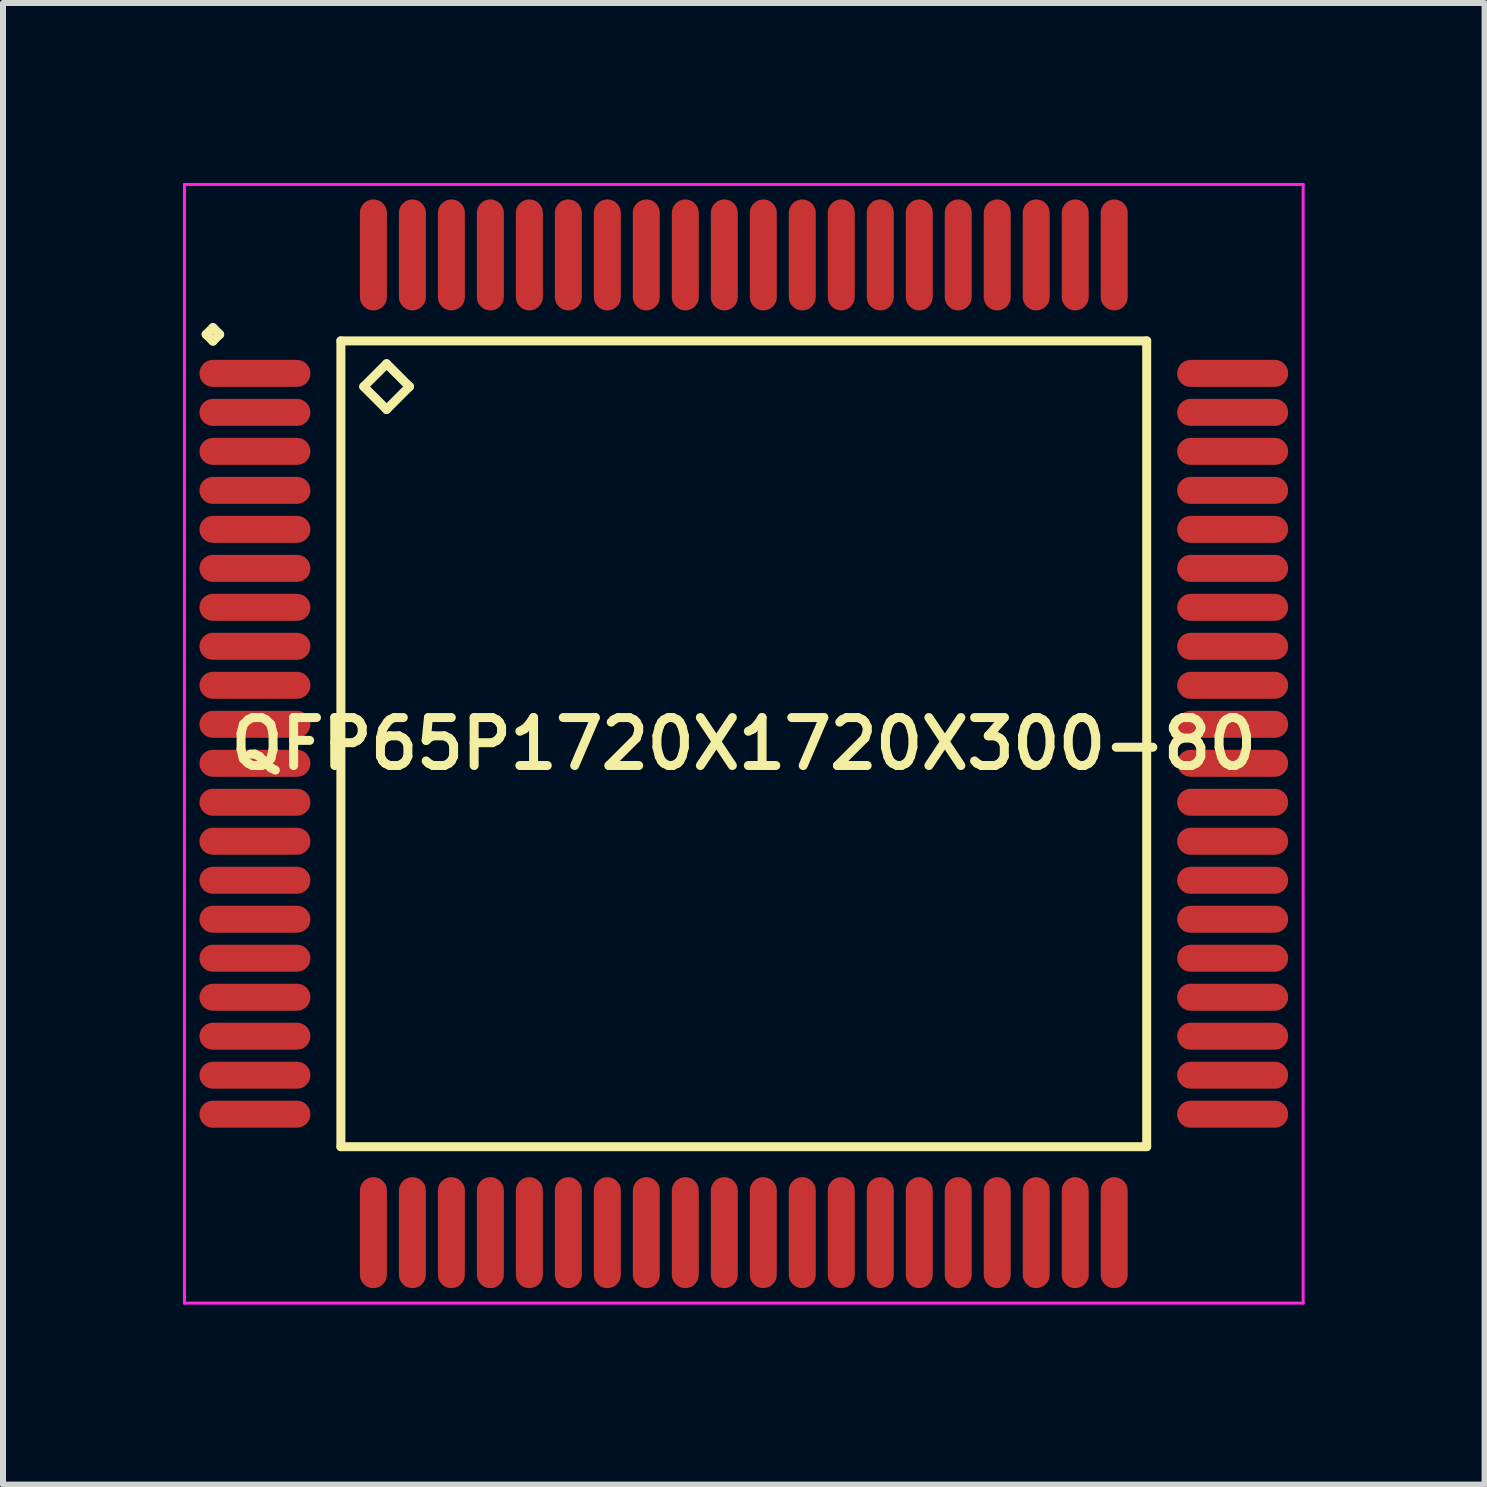
<source format=kicad_pcb>
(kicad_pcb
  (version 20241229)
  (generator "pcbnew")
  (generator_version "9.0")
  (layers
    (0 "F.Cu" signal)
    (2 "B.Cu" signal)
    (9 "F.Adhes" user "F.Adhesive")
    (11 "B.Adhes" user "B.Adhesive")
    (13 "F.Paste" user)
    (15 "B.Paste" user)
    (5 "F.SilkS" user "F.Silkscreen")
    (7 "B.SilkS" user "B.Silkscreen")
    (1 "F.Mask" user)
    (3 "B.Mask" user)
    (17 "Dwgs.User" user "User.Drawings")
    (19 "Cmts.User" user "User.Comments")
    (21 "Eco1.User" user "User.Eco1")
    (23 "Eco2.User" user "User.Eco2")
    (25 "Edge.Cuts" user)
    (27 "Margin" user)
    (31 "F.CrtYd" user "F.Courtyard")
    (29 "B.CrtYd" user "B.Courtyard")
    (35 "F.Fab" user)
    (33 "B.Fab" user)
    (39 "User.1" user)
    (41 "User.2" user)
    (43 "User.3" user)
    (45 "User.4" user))
  (footprint "QFP65P1720X1720X300-80"
    (layer "F.Cu")
    (at 9.35 9.35)
    (property "Reference" "QFP65P1720X1720X300-80" (at 0 0 0) (layer "F.SilkS") (effects (font (size 0.8 0.8) (thickness 0.15))))
    (attr smd)
    (fp_line (start -8.963 -6.825) (end -8.85 -6.938) (stroke (width 0.15) (type solid)) (layer "F.SilkS"))
    (fp_line (start -8.85 -6.938) (end -8.738 -6.825) (stroke (width 0.15) (type solid)) (layer "F.SilkS"))
    (fp_line (start -8.85 -6.713) (end -8.963 -6.825) (stroke (width 0.15) (type solid)) (layer "F.SilkS"))
    (fp_line (start -8.738 -6.825) (end -8.85 -6.713) (stroke (width 0.15) (type solid)) (layer "F.SilkS"))
    (fp_line (start -6.717 -6.717) (end -6.717 6.717) (stroke (width 0.15) (type solid)) (layer "F.SilkS"))
    (fp_line (start -6.717 6.717) (end 6.717 6.717) (stroke (width 0.15) (type solid)) (layer "F.SilkS"))
    (fp_line (start -6.336 -5.955) (end -5.955 -6.336) (stroke (width 0.15) (type solid)) (layer "F.SilkS"))
    (fp_line (start -5.955 -6.336) (end -5.574 -5.955) (stroke (width 0.15) (type solid)) (layer "F.SilkS"))
    (fp_line (start -5.955 -5.574) (end -6.336 -5.955) (stroke (width 0.15) (type solid)) (layer "F.SilkS"))
    (fp_line (start -5.574 -5.955) (end -5.955 -5.574) (stroke (width 0.15) (type solid)) (layer "F.SilkS"))
    (fp_line (start 6.717 -6.717) (end -6.717 -6.717) (stroke (width 0.15) (type solid)) (layer "F.SilkS"))
    (fp_line (start 6.717 6.717) (end 6.717 -6.717) (stroke (width 0.15) (type solid)) (layer "F.SilkS"))
    (fp_line (start -9.325 -9.325) (end 9.325 -9.325) (stroke (width 0.05) (type solid)) (layer "F.CrtYd"))
    (fp_line (start -9.325 9.325) (end -9.325 -9.325) (stroke (width 0.05) (type solid)) (layer "F.CrtYd"))
    (fp_line (start 9.325 -9.325) (end 9.325 9.325) (stroke (width 0.05) (type solid)) (layer "F.CrtYd"))
    (fp_line (start 9.325 9.325) (end -9.325 9.325) (stroke (width 0.05) (type solid)) (layer "F.CrtYd"))
    (pad "1" smd oval (at -8.15 -6.175) (size 1.85 0.45) (layers "F.Cu" "F.Mask" "F.Paste"))
    (pad "2" smd oval (at -8.15 -5.525) (size 1.85 0.45) (layers "F.Cu" "F.Mask" "F.Paste"))
    (pad "3" smd oval (at -8.15 -4.875) (size 1.85 0.45) (layers "F.Cu" "F.Mask" "F.Paste"))
    (pad "4" smd oval (at -8.15 -4.225) (size 1.85 0.45) (layers "F.Cu" "F.Mask" "F.Paste"))
    (pad "5" smd oval (at -8.15 -3.575) (size 1.85 0.45) (layers "F.Cu" "F.Mask" "F.Paste"))
    (pad "6" smd oval (at -8.15 -2.925) (size 1.85 0.45) (layers "F.Cu" "F.Mask" "F.Paste"))
    (pad "7" smd oval (at -8.15 -2.275) (size 1.85 0.45) (layers "F.Cu" "F.Mask" "F.Paste"))
    (pad "8" smd oval (at -8.15 -1.625) (size 1.85 0.45) (layers "F.Cu" "F.Mask" "F.Paste"))
    (pad "9" smd oval (at -8.15 -0.975) (size 1.85 0.45) (layers "F.Cu" "F.Mask" "F.Paste"))
    (pad "10" smd oval (at -8.15 -0.325) (size 1.85 0.45) (layers "F.Cu" "F.Mask" "F.Paste"))
    (pad "11" smd oval (at -8.15 0.325) (size 1.85 0.45) (layers "F.Cu" "F.Mask" "F.Paste"))
    (pad "12" smd oval (at -8.15 0.975) (size 1.85 0.45) (layers "F.Cu" "F.Mask" "F.Paste"))
    (pad "13" smd oval (at -8.15 1.625) (size 1.85 0.45) (layers "F.Cu" "F.Mask" "F.Paste"))
    (pad "14" smd oval (at -8.15 2.275) (size 1.85 0.45) (layers "F.Cu" "F.Mask" "F.Paste"))
    (pad "15" smd oval (at -8.15 2.925) (size 1.85 0.45) (layers "F.Cu" "F.Mask" "F.Paste"))
    (pad "16" smd oval (at -8.15 3.575) (size 1.85 0.45) (layers "F.Cu" "F.Mask" "F.Paste"))
    (pad "17" smd oval (at -8.15 4.225) (size 1.85 0.45) (layers "F.Cu" "F.Mask" "F.Paste"))
    (pad "18" smd oval (at -8.15 4.875) (size 1.85 0.45) (layers "F.Cu" "F.Mask" "F.Paste"))
    (pad "19" smd oval (at -8.15 5.525) (size 1.85 0.45) (layers "F.Cu" "F.Mask" "F.Paste"))
    (pad "20" smd oval (at -8.15 6.175) (size 1.85 0.45) (layers "F.Cu" "F.Mask" "F.Paste"))
    (pad "21" smd oval (at -6.175 8.15) (size 0.45 1.85) (layers "F.Cu" "F.Mask" "F.Paste"))
    (pad "22" smd oval (at -5.525 8.15) (size 0.45 1.85) (layers "F.Cu" "F.Mask" "F.Paste"))
    (pad "23" smd oval (at -4.875 8.15) (size 0.45 1.85) (layers "F.Cu" "F.Mask" "F.Paste"))
    (pad "24" smd oval (at -4.225 8.15) (size 0.45 1.85) (layers "F.Cu" "F.Mask" "F.Paste"))
    (pad "25" smd oval (at -3.575 8.15) (size 0.45 1.85) (layers "F.Cu" "F.Mask" "F.Paste"))
    (pad "26" smd oval (at -2.925 8.15) (size 0.45 1.85) (layers "F.Cu" "F.Mask" "F.Paste"))
    (pad "27" smd oval (at -2.275 8.15) (size 0.45 1.85) (layers "F.Cu" "F.Mask" "F.Paste"))
    (pad "28" smd oval (at -1.625 8.15) (size 0.45 1.85) (layers "F.Cu" "F.Mask" "F.Paste"))
    (pad "29" smd oval (at -0.975 8.15) (size 0.45 1.85) (layers "F.Cu" "F.Mask" "F.Paste"))
    (pad "30" smd oval (at -0.325 8.15) (size 0.45 1.85) (layers "F.Cu" "F.Mask" "F.Paste"))
    (pad "31" smd oval (at 0.325 8.15) (size 0.45 1.85) (layers "F.Cu" "F.Mask" "F.Paste"))
    (pad "32" smd oval (at 0.975 8.15) (size 0.45 1.85) (layers "F.Cu" "F.Mask" "F.Paste"))
    (pad "33" smd oval (at 1.625 8.15) (size 0.45 1.85) (layers "F.Cu" "F.Mask" "F.Paste"))
    (pad "34" smd oval (at 2.275 8.15) (size 0.45 1.85) (layers "F.Cu" "F.Mask" "F.Paste"))
    (pad "35" smd oval (at 2.925 8.15) (size 0.45 1.85) (layers "F.Cu" "F.Mask" "F.Paste"))
    (pad "36" smd oval (at 3.575 8.15) (size 0.45 1.85) (layers "F.Cu" "F.Mask" "F.Paste"))
    (pad "37" smd oval (at 4.225 8.15) (size 0.45 1.85) (layers "F.Cu" "F.Mask" "F.Paste"))
    (pad "38" smd oval (at 4.875 8.15) (size 0.45 1.85) (layers "F.Cu" "F.Mask" "F.Paste"))
    (pad "39" smd oval (at 5.525 8.15) (size 0.45 1.85) (layers "F.Cu" "F.Mask" "F.Paste"))
    (pad "40" smd oval (at 6.175 8.15) (size 0.45 1.85) (layers "F.Cu" "F.Mask" "F.Paste"))
    (pad "41" smd oval (at 8.15 6.175) (size 1.85 0.45) (layers "F.Cu" "F.Mask" "F.Paste"))
    (pad "42" smd oval (at 8.15 5.525) (size 1.85 0.45) (layers "F.Cu" "F.Mask" "F.Paste"))
    (pad "43" smd oval (at 8.15 4.875) (size 1.85 0.45) (layers "F.Cu" "F.Mask" "F.Paste"))
    (pad "44" smd oval (at 8.15 4.225) (size 1.85 0.45) (layers "F.Cu" "F.Mask" "F.Paste"))
    (pad "45" smd oval (at 8.15 3.575) (size 1.85 0.45) (layers "F.Cu" "F.Mask" "F.Paste"))
    (pad "46" smd oval (at 8.15 2.925) (size 1.85 0.45) (layers "F.Cu" "F.Mask" "F.Paste"))
    (pad "47" smd oval (at 8.15 2.275) (size 1.85 0.45) (layers "F.Cu" "F.Mask" "F.Paste"))
    (pad "48" smd oval (at 8.15 1.625) (size 1.85 0.45) (layers "F.Cu" "F.Mask" "F.Paste"))
    (pad "49" smd oval (at 8.15 0.975) (size 1.85 0.45) (layers "F.Cu" "F.Mask" "F.Paste"))
    (pad "50" smd oval (at 8.15 0.325) (size 1.85 0.45) (layers "F.Cu" "F.Mask" "F.Paste"))
    (pad "51" smd oval (at 8.15 -0.325) (size 1.85 0.45) (layers "F.Cu" "F.Mask" "F.Paste"))
    (pad "52" smd oval (at 8.15 -0.975) (size 1.85 0.45) (layers "F.Cu" "F.Mask" "F.Paste"))
    (pad "53" smd oval (at 8.15 -1.625) (size 1.85 0.45) (layers "F.Cu" "F.Mask" "F.Paste"))
    (pad "54" smd oval (at 8.15 -2.275) (size 1.85 0.45) (layers "F.Cu" "F.Mask" "F.Paste"))
    (pad "55" smd oval (at 8.15 -2.925) (size 1.85 0.45) (layers "F.Cu" "F.Mask" "F.Paste"))
    (pad "56" smd oval (at 8.15 -3.575) (size 1.85 0.45) (layers "F.Cu" "F.Mask" "F.Paste"))
    (pad "57" smd oval (at 8.15 -4.225) (size 1.85 0.45) (layers "F.Cu" "F.Mask" "F.Paste"))
    (pad "58" smd oval (at 8.15 -4.875) (size 1.85 0.45) (layers "F.Cu" "F.Mask" "F.Paste"))
    (pad "59" smd oval (at 8.15 -5.525) (size 1.85 0.45) (layers "F.Cu" "F.Mask" "F.Paste"))
    (pad "60" smd oval (at 8.15 -6.175) (size 1.85 0.45) (layers "F.Cu" "F.Mask" "F.Paste"))
    (pad "61" smd oval (at 6.175 -8.15) (size 0.45 1.85) (layers "F.Cu" "F.Mask" "F.Paste"))
    (pad "62" smd oval (at 5.525 -8.15) (size 0.45 1.85) (layers "F.Cu" "F.Mask" "F.Paste"))
    (pad "63" smd oval (at 4.875 -8.15) (size 0.45 1.85) (layers "F.Cu" "F.Mask" "F.Paste"))
    (pad "64" smd oval (at 4.225 -8.15) (size 0.45 1.85) (layers "F.Cu" "F.Mask" "F.Paste"))
    (pad "65" smd oval (at 3.575 -8.15) (size 0.45 1.85) (layers "F.Cu" "F.Mask" "F.Paste"))
    (pad "66" smd oval (at 2.925 -8.15) (size 0.45 1.85) (layers "F.Cu" "F.Mask" "F.Paste"))
    (pad "67" smd oval (at 2.275 -8.15) (size 0.45 1.85) (layers "F.Cu" "F.Mask" "F.Paste"))
    (pad "68" smd oval (at 1.625 -8.15) (size 0.45 1.85) (layers "F.Cu" "F.Mask" "F.Paste"))
    (pad "69" smd oval (at 0.975 -8.15) (size 0.45 1.85) (layers "F.Cu" "F.Mask" "F.Paste"))
    (pad "70" smd oval (at 0.325 -8.15) (size 0.45 1.85) (layers "F.Cu" "F.Mask" "F.Paste"))
    (pad "71" smd oval (at -0.325 -8.15) (size 0.45 1.85) (layers "F.Cu" "F.Mask" "F.Paste"))
    (pad "72" smd oval (at -0.975 -8.15) (size 0.45 1.85) (layers "F.Cu" "F.Mask" "F.Paste"))
    (pad "73" smd oval (at -1.625 -8.15) (size 0.45 1.85) (layers "F.Cu" "F.Mask" "F.Paste"))
    (pad "74" smd oval (at -2.275 -8.15) (size 0.45 1.85) (layers "F.Cu" "F.Mask" "F.Paste"))
    (pad "75" smd oval (at -2.925 -8.15) (size 0.45 1.85) (layers "F.Cu" "F.Mask" "F.Paste"))
    (pad "76" smd oval (at -3.575 -8.15) (size 0.45 1.85) (layers "F.Cu" "F.Mask" "F.Paste"))
    (pad "77" smd oval (at -4.225 -8.15) (size 0.45 1.85) (layers "F.Cu" "F.Mask" "F.Paste"))
    (pad "78" smd oval (at -4.875 -8.15) (size 0.45 1.85) (layers "F.Cu" "F.Mask" "F.Paste"))
    (pad "79" smd oval (at -5.525 -8.15) (size 0.45 1.85) (layers "F.Cu" "F.Mask" "F.Paste"))
    (pad "80" smd oval (at -6.175 -8.15) (size 0.45 1.85) (layers "F.Cu" "F.Mask" "F.Paste")))
  (gr_rect
    (start -3 -3)
    (end 21.7 21.7)
    (stroke (width 0.1) (type default))
    (fill no)
    (layer "Edge.Cuts")))
</source>
